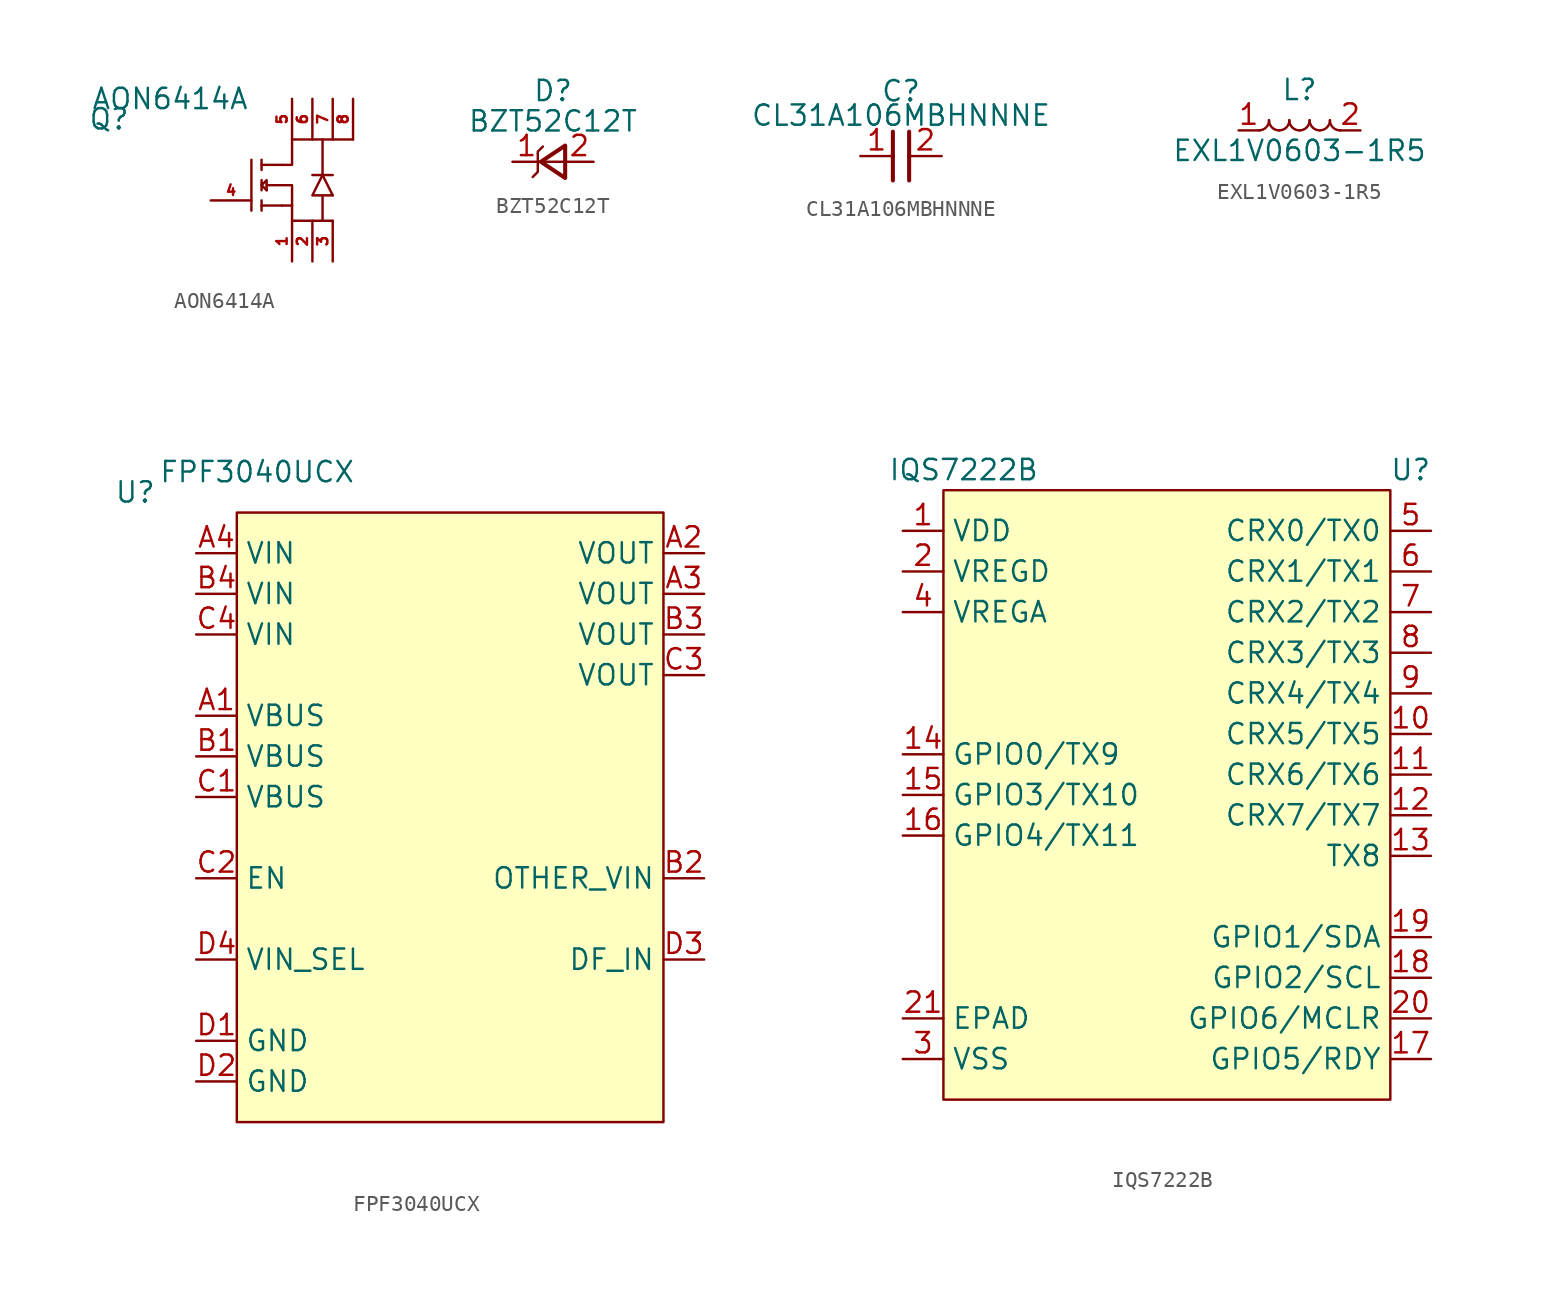
<source format=kicad_sym>
(kicad_symbol_lib
  (version 20211014)
  (generator kicad_symbol_editor)
  (symbol "AON6414A"
    (property "Reference" "Q"
      (at -6.35 5.08 0)
      (effects (font (size 1.27 1.27))))
    (property "Value" "AON6414A"
      (at -2.54 6.35 0)
      (effects (font (size 1.27 1.27))))
    (symbol "AON6414A_0_1"
      (polyline (pts (xy 2.54 -0.635) (xy 2.54 2.54)) (stroke (width 0) (type default) (color 0 0 0 0)) (fill (type none)))
      (polyline (pts (xy 3.175 -0.318) (xy 4.445 -0.318)) (stroke (width 0) (type default) (color 0 0 0 0)) (fill (type none)))
      (polyline (pts (xy 3.175 0) (xy 3.175 -0.635)) (stroke (width 0) (type default) (color 0 0 0 0)) (fill (type none)))
      (polyline (pts (xy 3.175 0.953) (xy 3.493 0.635)) (stroke (width 0) (type default) (color 0 0 0 0)) (fill (type none)))
      (polyline (pts (xy 3.175 1.27) (xy 3.175 0.635)) (stroke (width 0) (type default) (color 0 0 0 0)) (fill (type none)))
      (polyline (pts (xy 3.175 2.223) (xy 4.445 2.223)) (stroke (width 0) (type default) (color 0 0 0 0)) (fill (type none)))
      (polyline (pts (xy 3.175 2.54) (xy 3.175 1.905)) (stroke (width 0) (type default) (color 0 0 0 0)) (fill (type none)))
      (polyline (pts (xy 6.985 0.318) (xy 6.985 -1.27)) (stroke (width 0) (type default) (color 0 0 0 0)) (fill (type none)))
      (polyline (pts (xy 6.985 1.587) (xy 6.985 3.81)) (stroke (width 0) (type default) (color 0 0 0 0)) (fill (type none)))
      (polyline (pts (xy 7.62 0.318) (xy 6.985 1.587)) (stroke (width 0) (type default) (color 0 0 0 0)) (fill (type none)))
      (polyline (pts (xy 7.62 1.587) (xy 6.35 1.587)) (stroke (width 0) (type default) (color 0 0 0 0)) (fill (type none)))
      (polyline (pts (xy 3.493 0.635) (xy 3.493 1.27) (xy 3.175 0.953)) (stroke (width 0) (type default) (color 0 0 0 0)) (fill (type none)))
      (polyline (pts (xy 3.493 0.953) (xy 5.08 0.953) (xy 5.08 -0.318)) (stroke (width 0) (type default) (color 0 0 0 0)) (fill (type none)))
      (polyline (pts (xy 7.62 0.318) (xy 6.35 0.318) (xy 6.985 1.587)) (stroke (width 0) (type default) (color 0 0 0 0)) (fill (type none)))
      (polyline (pts (xy 4.445 -0.318) (xy 5.08 -0.318) (xy 5.08 -1.27) (xy 7.62 -1.27)) (stroke (width 0) (type default) (color 0 0 0 0)) (fill (type none)))
      (polyline (pts (xy 4.445 2.223) (xy 5.08 2.223) (xy 5.08 3.81) (xy 8.89 3.81)) (stroke (width 0) (type default) (color 0 0 0 0)) (fill (type none))))
    (symbol "AON6414A_1_1"
      (pin passive line (at 5.08 -3.81 90) (length 2.54) (name "" (effects (font (size 1.27 1.27)))) (number "1" (effects (font (size 0.635 0.635)))))
      (pin passive line (at 6.35 -3.81 90) (length 2.54) (name "" (effects (font (size 1.27 1.27)))) (number "2" (effects (font (size 0.635 0.635)))))
      (pin passive line (at 7.62 -3.81 90) (length 2.54) (name "" (effects (font (size 1.27 1.27)))) (number "3" (effects (font (size 0.635 0.635)))))
      (pin passive line (at 0 0 0) (length 2.54) (name "" (effects (font (size 1.27 1.27)))) (number "4" (effects (font (size 0.635 0.635)))))
      (pin passive line (at 5.08 6.35 270) (length 2.54) (name "" (effects (font (size 1.27 1.27)))) (number "5" (effects (font (size 0.635 0.635)))))
      (pin passive line (at 6.35 6.35 270) (length 2.54) (name "" (effects (font (size 1.27 1.27)))) (number "6" (effects (font (size 0.635 0.635)))))
      (pin passive line (at 7.62 6.35 270) (length 2.54) (name "" (effects (font (size 1.27 1.27)))) (number "7" (effects (font (size 0.635 0.635)))))
      (pin passive line (at 8.89 6.35 270) (length 2.54) (name "" (effects (font (size 1.27 1.27)))) (number "8" (effects (font (size 0.635 0.635)))))))
  (symbol "BZT52C12T"
    (property "Reference" "D"
      (at 2.54 4.445 0)
      (effects (font (size 1.27 1.27))))
    (property "Value" "BZT52C12T"
      (at 2.54 2.54 0)
      (effects (font (size 1.27 1.27))))
    (symbol "BZT52C12T_0_1"
      (polyline (pts (xy 3.302 0) (xy 1.778 0)) (stroke (width 0) (type default) (color 0 0 0 0)) (fill (type none)))
      (polyline (pts (xy 1.905 0.953) (xy 1.587 0.635) (xy 1.587 -0.635) (xy 1.27 -0.953)) (stroke (width 0) (type default) (color 0 0 0 0)) (fill (type none)))
      (polyline (pts (xy 3.302 1.016) (xy 1.778 0) (xy 3.302 -1.016) (xy 3.302 1.016)) (stroke (width 0.254) (type default) (color 0 0 0 0)) (fill (type none))))
    (symbol "BZT52C12T_1_1"
      (pin passive line (at 0 0 0) (length 1.778) (name "" (effects (font (size 1.27 1.27)))) (number "1" (effects (font (size 1.27 1.27)))))
      (pin passive line (at 5.08 0 180) (length 1.778) (name "" (effects (font (size 1.27 1.27)))) (number "2" (effects (font (size 1.27 1.27)))))))
  (symbol "CL31A106MBHNNNE"
    (property "Reference" "C"
      (at 2.54 4.064 0)
      (effects (font (size 1.27 1.27))))
    (property "Value" "CL31A106MBHNNNE"
      (at 2.54 2.54 0)
      (effects (font (size 1.27 1.27))))
    (symbol "CL31A106MBHNNNE_0_0"
      (polyline (pts (xy 2.032 0) (xy 2.032 -1.524)) (stroke (width 0.254) (type default) (color 0 0 0 0)) (fill (type none)))
      (polyline (pts (xy 2.032 1.524) (xy 2.032 0)) (stroke (width 0.254) (type default) (color 0 0 0 0)) (fill (type none)))
      (polyline (pts (xy 3.048 0) (xy 3.048 -1.524)) (stroke (width 0.254) (type default) (color 0 0 0 0)) (fill (type none)))
      (polyline (pts (xy 3.048 1.524) (xy 3.048 0)) (stroke (width 0.254) (type default) (color 0 0 0 0)) (fill (type none))))
    (symbol "CL31A106MBHNNNE_1_1"
      (pin passive line (at 0 0 0) (length 2.032) (name "~" (effects (font (size 1.27 1.27)))) (number "1" (effects (font (size 1.27 1.27)))))
      (pin passive line (at 5.08 0 180) (length 2.032) (name "~" (effects (font (size 1.27 1.27)))) (number "2" (effects (font (size 1.27 1.27)))))))
  (symbol "EXL1V0603-1R5"
    (property "Reference" "L"
      (at 3.81 2.54 0)
      (effects (font (size 1.27 1.27))))
    (property "Value" "EXL1V0603-1R5"
      (at 3.81 -1.27 0)
      (effects (font (size 1.27 1.27))))
    (symbol "EXL1V0603-1R5_0_0"
      (arc (start 1.27 0) (mid 2.354 -0.449) (end 1.905 0.635) (stroke (width 0) (type default) (color 0 0 0 0)) (fill (type none)))
      (arc (start 1.905 0.635) (mid 1.456 -0.449) (end 2.54 0) (stroke (width 0) (type default) (color 0 0 0 0)) (fill (type none)))
      (arc (start 2.54 0) (mid 3.624 -0.449) (end 3.175 0.635) (stroke (width 0) (type default) (color 0 0 0 0)) (fill (type none)))
      (arc (start 3.175 0.635) (mid 2.726 -0.449) (end 3.81 0) (stroke (width 0) (type default) (color 0 0 0 0)) (fill (type none)))
      (arc (start 3.81 0) (mid 4.894 -0.449) (end 4.445 0.635) (stroke (width 0) (type default) (color 0 0 0 0)) (fill (type none)))
      (arc (start 4.445 0.635) (mid 3.996 -0.449) (end 5.08 0) (stroke (width 0) (type default) (color 0 0 0 0)) (fill (type none)))
      (arc (start 5.08 0) (mid 6.164 -0.449) (end 5.715 0.635) (stroke (width 0) (type default) (color 0 0 0 0)) (fill (type none)))
      (arc (start 5.715 0.635) (mid 5.266 -0.449) (end 6.35 0) (stroke (width 0) (type default) (color 0 0 0 0)) (fill (type none))))
    (symbol "EXL1V0603-1R5_1_1"
      (pin passive line (at 0 0 0) (length 1.27) (name "~" (effects (font (size 1.27 1.27)))) (number "1" (effects (font (size 1.27 1.27)))))
      (pin passive line (at 7.62 0 180) (length 1.27) (name "~" (effects (font (size 1.27 1.27)))) (number "2" (effects (font (size 1.27 1.27)))))))
  (symbol "FPF3040UCX"
    (property "Reference" "U"
      (at -3.81 3.81 0)
      (effects (font (size 1.27 1.27))))
    (property "Value" "FPF3040UCX"
      (at 3.81 5.08 0)
      (effects (font (size 1.27 1.27))))
    (symbol "FPF3040UCX_0_0"
      (pin power_in line (at 0 -10.16 0) (length 2.54) (name "VBUS" (effects (font (size 1.27 1.27)))) (number "A1" (effects (font (size 1.27 1.27)))))
      (pin power_out line (at 31.75 0 180) (length 2.54) (name "VOUT" (effects (font (size 1.27 1.27)))) (number "A2" (effects (font (size 1.27 1.27)))))
      (pin power_out line (at 31.75 -2.54 180) (length 2.54) (name "VOUT" (effects (font (size 1.27 1.27)))) (number "A3" (effects (font (size 1.27 1.27)))))
      (pin power_in line (at 0 0 0) (length 2.54) (name "VIN" (effects (font (size 1.27 1.27)))) (number "A4" (effects (font (size 1.27 1.27)))))
      (pin power_in line (at 0 -12.7 0) (length 2.54) (name "VBUS" (effects (font (size 1.27 1.27)))) (number "B1" (effects (font (size 1.27 1.27)))))
      (pin open_collector line (at 31.75 -20.32 180) (length 2.54) (name "OTHER_VIN" (effects (font (size 1.27 1.27)))) (number "B2" (effects (font (size 1.27 1.27)))))
      (pin power_out line (at 31.75 -5.08 180) (length 2.54) (name "VOUT" (effects (font (size 1.27 1.27)))) (number "B3" (effects (font (size 1.27 1.27)))))
      (pin power_in line (at 0 -2.54 0) (length 2.54) (name "VIN" (effects (font (size 1.27 1.27)))) (number "B4" (effects (font (size 1.27 1.27)))))
      (pin power_in line (at 0 -15.24 0) (length 2.54) (name "VBUS" (effects (font (size 1.27 1.27)))) (number "C1" (effects (font (size 1.27 1.27)))))
      (pin input line (at 0 -20.32 0) (length 2.54) (name "EN" (effects (font (size 1.27 1.27)))) (number "C2" (effects (font (size 1.27 1.27)))))
      (pin power_out line (at 31.75 -7.62 180) (length 2.54) (name "VOUT" (effects (font (size 1.27 1.27)))) (number "C3" (effects (font (size 1.27 1.27)))))
      (pin power_in line (at 0 -5.08 0) (length 2.54) (name "VIN" (effects (font (size 1.27 1.27)))) (number "C4" (effects (font (size 1.27 1.27)))))
      (pin power_in line (at 0 -30.48 0) (length 2.54) (name "GND" (effects (font (size 1.27 1.27)))) (number "D1" (effects (font (size 1.27 1.27)))))
      (pin power_in line (at 0 -33.02 0) (length 2.54) (name "GND" (effects (font (size 1.27 1.27)))) (number "D2" (effects (font (size 1.27 1.27)))))
      (pin input line (at 31.75 -25.4 180) (length 2.54) (name "DF_IN" (effects (font (size 1.27 1.27)))) (number "D3" (effects (font (size 1.27 1.27)))))
      (pin input line (at 0 -25.4 0) (length 2.54) (name "VIN_SEL" (effects (font (size 1.27 1.27)))) (number "D4" (effects (font (size 1.27 1.27))))))
    (symbol "FPF3040UCX_0_1"
      (rectangle (start 2.54 2.54) (end 29.21 -35.56) (stroke (width 0) (type default) (color 0 0 0 0)) (fill (type background)))))
  (symbol "IQS7222B"
    (property "Reference" "U"
      (at 31.75 3.81 0)
      (effects (font (size 1.27 1.27))))
    (property "Value" "IQS7222B"
      (at 3.81 3.81 0)
      (effects (font (size 1.27 1.27))))
    (symbol "IQS7222B_0_0"
      (pin input line (at 33.02 -15.24 180) (length 2.54) (name "CRX6/TX6" (effects (font (size 1.27 1.27)))) (number "11" (effects (font (size 1.27 1.27)))))
      (pin power_in line (at 0 -30.48 0) (length 2.54) (name "EPAD" (effects (font (size 1.27 1.27)))) (number "21" (effects (font (size 1.27 1.27))))))
    (symbol "IQS7222B_0_1"
      (rectangle (start 2.54 2.54) (end 30.48 -35.56) (stroke (width 0) (type default) (color 0 0 0 0)) (fill (type background))))
    (symbol "IQS7222B_1_1"
      (pin power_in line (at 0 0 0) (length 2.54) (name "VDD" (effects (font (size 1.27 1.27)))) (number "1" (effects (font (size 1.27 1.27)))))
      (pin input line (at 33.02 -12.7 180) (length 2.54) (name "CRX5/TX5" (effects (font (size 1.27 1.27)))) (number "10" (effects (font (size 1.27 1.27)))))
      (pin input line (at 33.02 -17.78 180) (length 2.54) (name "CRX7/TX7" (effects (font (size 1.27 1.27)))) (number "12" (effects (font (size 1.27 1.27)))))
      (pin input line (at 33.02 -20.32 180) (length 2.54) (name "TX8" (effects (font (size 1.27 1.27)))) (number "13" (effects (font (size 1.27 1.27)))))
      (pin bidirectional line (at 0 -13.97 0) (length 2.54) (name "GPIO0/TX9" (effects (font (size 1.27 1.27)))) (number "14" (effects (font (size 1.27 1.27)))))
      (pin bidirectional line (at 0 -16.51 0) (length 2.54) (name "GPIO3/TX10" (effects (font (size 1.27 1.27)))) (number "15" (effects (font (size 1.27 1.27)))))
      (pin bidirectional line (at 0 -19.05 0) (length 2.54) (name "GPIO4/TX11" (effects (font (size 1.27 1.27)))) (number "16" (effects (font (size 1.27 1.27)))))
      (pin bidirectional line (at 33.02 -33.02 180) (length 2.54) (name "GPIO5/RDY" (effects (font (size 1.27 1.27)))) (number "17" (effects (font (size 1.27 1.27)))))
      (pin bidirectional line (at 33.02 -27.94 180) (length 2.54) (name "GPIO2/SCL" (effects (font (size 1.27 1.27)))) (number "18" (effects (font (size 1.27 1.27)))))
      (pin bidirectional line (at 33.02 -25.4 180) (length 2.54) (name "GPIO1/SDA" (effects (font (size 1.27 1.27)))) (number "19" (effects (font (size 1.27 1.27)))))
      (pin power_in line (at 0 -2.54 0) (length 2.54) (name "VREGD" (effects (font (size 1.27 1.27)))) (number "2" (effects (font (size 1.27 1.27)))))
      (pin bidirectional line (at 33.02 -30.48 180) (length 2.54) (name "GPIO6/MCLR" (effects (font (size 1.27 1.27)))) (number "20" (effects (font (size 1.27 1.27)))))
      (pin power_in line (at 0 -33.02 0) (length 2.54) (name "VSS" (effects (font (size 1.27 1.27)))) (number "3" (effects (font (size 1.27 1.27)))))
      (pin power_in line (at 0 -5.08 0) (length 2.54) (name "VREGA" (effects (font (size 1.27 1.27)))) (number "4" (effects (font (size 1.27 1.27)))))
      (pin input line (at 33.02 0 180) (length 2.54) (name "CRX0/TX0" (effects (font (size 1.27 1.27)))) (number "5" (effects (font (size 1.27 1.27)))))
      (pin input line (at 33.02 -2.54 180) (length 2.54) (name "CRX1/TX1" (effects (font (size 1.27 1.27)))) (number "6" (effects (font (size 1.27 1.27)))))
      (pin input line (at 33.02 -5.08 180) (length 2.54) (name "CRX2/TX2" (effects (font (size 1.27 1.27)))) (number "7" (effects (font (size 1.27 1.27)))))
      (pin input line (at 33.02 -7.62 180) (length 2.54) (name "CRX3/TX3" (effects (font (size 1.27 1.27)))) (number "8" (effects (font (size 1.27 1.27)))))
      (pin input line (at 33.02 -10.16 180) (length 2.54) (name "CRX4/TX4" (effects (font (size 1.27 1.27)))) (number "9" (effects (font (size 1.27 1.27))))))))
</source>
